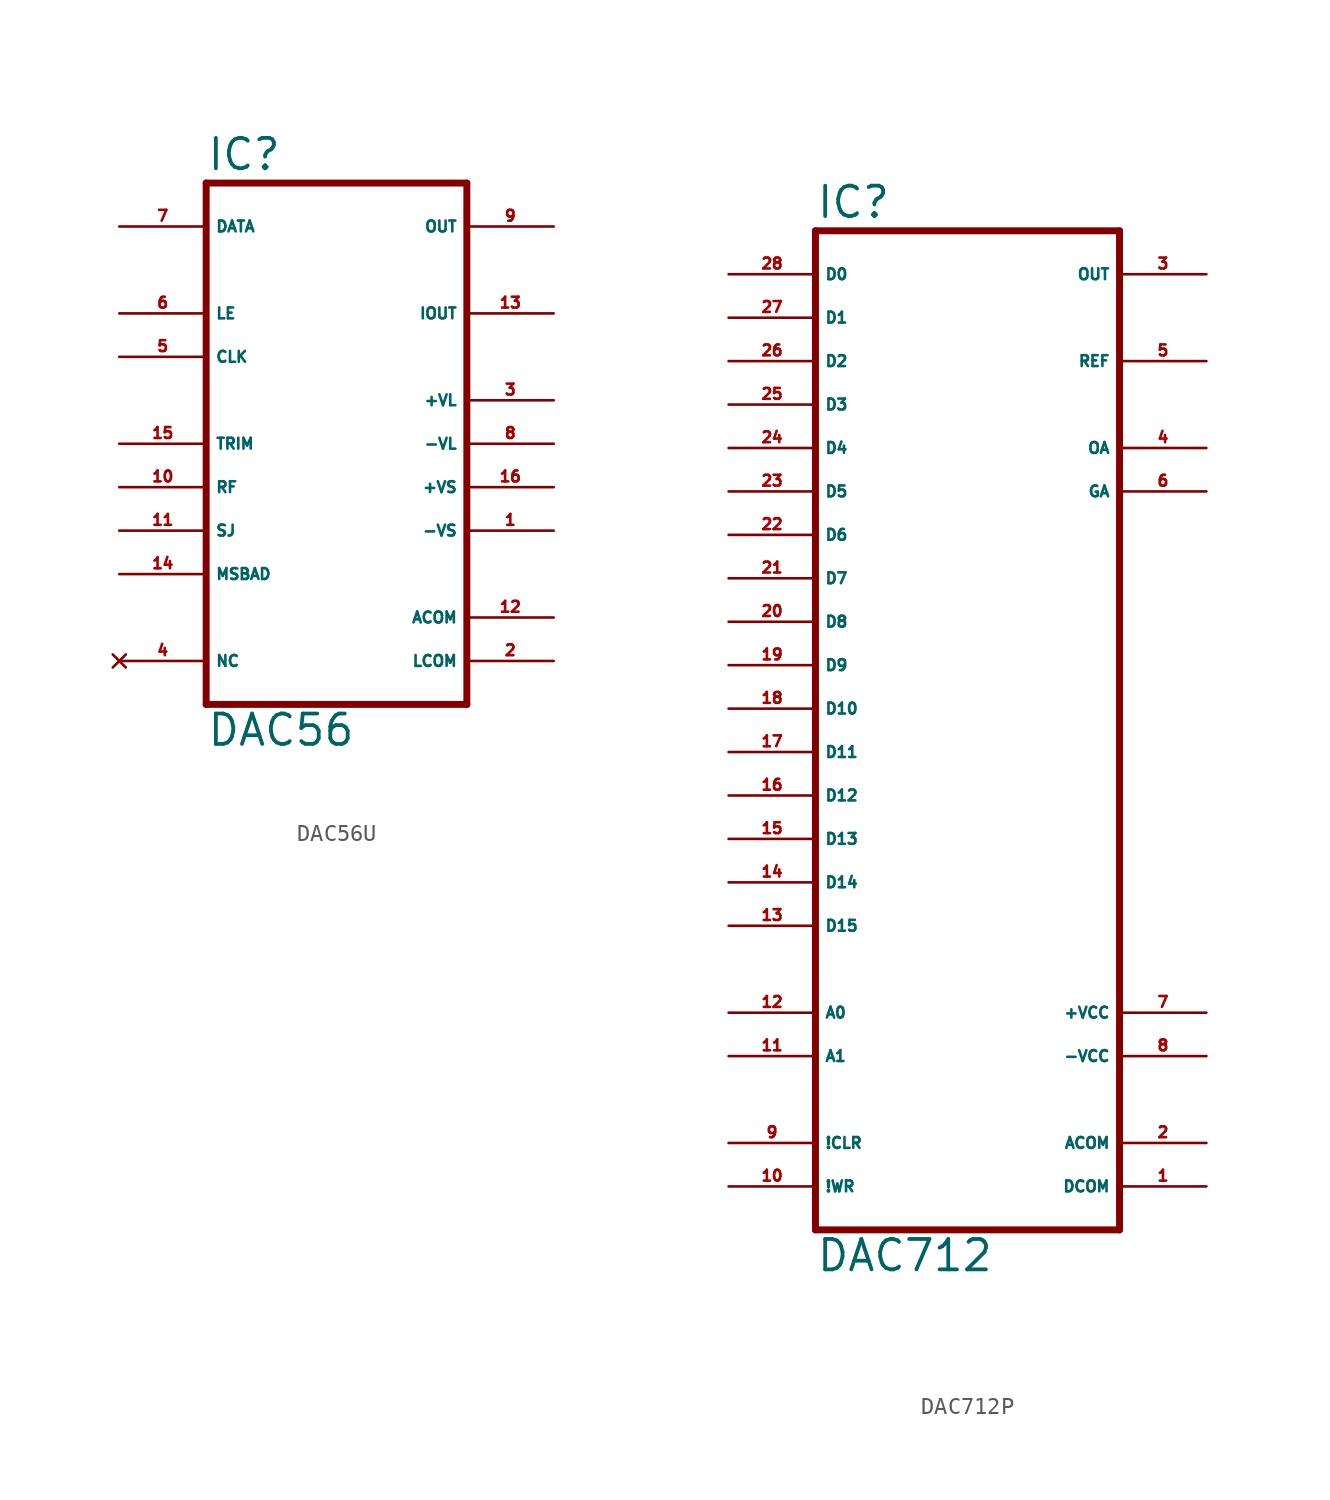
<source format=kicad_sym>
(kicad_symbol_lib
  (version 20220914)
  (generator Eagle2Kicad)
  (symbol "DAC56U"
    (property "Reference" "IC"
      (at -7.62 15.875 0)
      (effects (font (size 1.778 1.778) (thickness 0.22)) (justify left bottom)))
    (property "Value" "DAC56"
      (at -7.62 -17.78 0)
      (effects (font (size 1.778 1.778) (thickness 0.22)) (justify left bottom)))
    (polyline
      (pts (xy -7.62 -15.24) (xy 7.62 -15.24))
      (stroke (width 0.406) (type default))
      (fill (type none)))
    (polyline
      (pts (xy 7.62 -15.24) (xy 7.62 15.24))
      (stroke (width 0.406) (type default))
      (fill (type none)))
    (polyline
      (pts (xy 7.62 15.24) (xy -7.62 15.24))
      (stroke (width 0.406) (type default))
      (fill (type none)))
    (polyline
      (pts (xy -7.62 15.24) (xy -7.62 -15.24))
      (stroke (width 0.406) (type default))
      (fill (type none)))
    (pin input line
      (at -12.7 12.7 0)
      (length 5.08)
      (name "DATA" (effects (font (size 0.635 0.635) (thickness 0.08)) (justify left bottom)))
      (number "7" (effects (font (size 0.635 0.635) (thickness 0.08)) (justify left bottom))))
    (pin input line
      (at -12.7 7.62 0)
      (length 5.08)
      (name "LE" (effects (font (size 0.635 0.635) (thickness 0.08)) (justify left bottom)))
      (number "6" (effects (font (size 0.635 0.635) (thickness 0.08)) (justify left bottom))))
    (pin input line
      (at -12.7 5.08 0)
      (length 5.08)
      (name "CLK" (effects (font (size 0.635 0.635) (thickness 0.08)) (justify left bottom)))
      (number "5" (effects (font (size 0.635 0.635) (thickness 0.08)) (justify left bottom))))
    (pin output line
      (at 12.7 12.7 180)
      (length 5.08)
      (name "OUT" (effects (font (size 0.635 0.635) (thickness 0.08)) (justify left bottom)))
      (number "9" (effects (font (size 0.635 0.635) (thickness 0.08)) (justify left bottom))))
    (pin output line
      (at 12.7 7.62 180)
      (length 5.08)
      (name "IOUT" (effects (font (size 0.635 0.635) (thickness 0.08)) (justify left bottom)))
      (number "13" (effects (font (size 0.635 0.635) (thickness 0.08)) (justify left bottom))))
    (pin unspecified line
      (at 12.7 -12.7 180)
      (length 5.08)
      (name "LCOM" (effects (font (size 0.635 0.635) (thickness 0.08)) (justify left bottom)))
      (number "2" (effects (font (size 0.635 0.635) (thickness 0.08)) (justify left bottom))))
    (pin unspecified line
      (at 12.7 -10.16 180)
      (length 5.08)
      (name "ACOM" (effects (font (size 0.635 0.635) (thickness 0.08)) (justify left bottom)))
      (number "12" (effects (font (size 0.635 0.635) (thickness 0.08)) (justify left bottom))))
    (pin unspecified line
      (at 12.7 -5.08 180)
      (length 5.08)
      (name "-VS" (effects (font (size 0.635 0.635) (thickness 0.08)) (justify left bottom)))
      (number "1" (effects (font (size 0.635 0.635) (thickness 0.08)) (justify left bottom))))
    (pin unspecified line
      (at 12.7 -2.54 180)
      (length 5.08)
      (name "+VS" (effects (font (size 0.635 0.635) (thickness 0.08)) (justify left bottom)))
      (number "16" (effects (font (size 0.635 0.635) (thickness 0.08)) (justify left bottom))))
    (pin unspecified line
      (at 12.7 0 180)
      (length 5.08)
      (name "-VL" (effects (font (size 0.635 0.635) (thickness 0.08)) (justify left bottom)))
      (number "8" (effects (font (size 0.635 0.635) (thickness 0.08)) (justify left bottom))))
    (pin unspecified line
      (at 12.7 2.54 180)
      (length 5.08)
      (name "+VL" (effects (font (size 0.635 0.635) (thickness 0.08)) (justify left bottom)))
      (number "3" (effects (font (size 0.635 0.635) (thickness 0.08)) (justify left bottom))))
    (pin no_connect line
      (at -12.7 -12.7 0)
      (length 5.08)
      (name "NC" (effects (font (size 0.635 0.635) (thickness 0.08)) (justify left bottom) hide))
      (number "4" (effects (font (size 0.635 0.635) (thickness 0.08)) (justify left bottom) hide)))
    (pin passive line
      (at -12.7 0 0)
      (length 5.08)
      (name "TRIM" (effects (font (size 0.635 0.635) (thickness 0.08)) (justify left bottom)))
      (number "15" (effects (font (size 0.635 0.635) (thickness 0.08)) (justify left bottom))))
    (pin passive line
      (at -12.7 -2.54 0)
      (length 5.08)
      (name "RF" (effects (font (size 0.635 0.635) (thickness 0.08)) (justify left bottom)))
      (number "10" (effects (font (size 0.635 0.635) (thickness 0.08)) (justify left bottom))))
    (pin passive line
      (at -12.7 -5.08 0)
      (length 5.08)
      (name "SJ" (effects (font (size 0.635 0.635) (thickness 0.08)) (justify left bottom)))
      (number "11" (effects (font (size 0.635 0.635) (thickness 0.08)) (justify left bottom))))
    (pin passive line
      (at -12.7 -7.62 0)
      (length 5.08)
      (name "MSBAD" (effects (font (size 0.635 0.635) (thickness 0.08)) (justify left bottom)))
      (number "14" (effects (font (size 0.635 0.635) (thickness 0.08)) (justify left bottom)))))
  (symbol "DAC712P"
    (property "Reference" "IC"
      (at -7.62 26.035 0)
      (effects (font (size 1.778 1.778) (thickness 0.22)) (justify left bottom)))
    (property "Value" "DAC712"
      (at -7.62 -35.56 0)
      (effects (font (size 1.778 1.778) (thickness 0.22)) (justify left bottom)))
    (polyline
      (pts (xy -7.62 -33.02) (xy 10.16 -33.02))
      (stroke (width 0.406) (type default))
      (fill (type none)))
    (polyline
      (pts (xy 10.16 -33.02) (xy 10.16 25.4))
      (stroke (width 0.406) (type default))
      (fill (type none)))
    (polyline
      (pts (xy 10.16 25.4) (xy -7.62 25.4))
      (stroke (width 0.406) (type default))
      (fill (type none)))
    (polyline
      (pts (xy -7.62 25.4) (xy -7.62 -33.02))
      (stroke (width 0.406) (type default))
      (fill (type none)))
    (pin input line
      (at -12.7 22.86 0)
      (length 5.08)
      (name "D0" (effects (font (size 0.635 0.635) (thickness 0.08)) (justify left bottom)))
      (number "28" (effects (font (size 0.635 0.635) (thickness 0.08)) (justify left bottom))))
    (pin input line
      (at -12.7 20.32 0)
      (length 5.08)
      (name "D1" (effects (font (size 0.635 0.635) (thickness 0.08)) (justify left bottom)))
      (number "27" (effects (font (size 0.635 0.635) (thickness 0.08)) (justify left bottom))))
    (pin input line
      (at -12.7 17.78 0)
      (length 5.08)
      (name "D2" (effects (font (size 0.635 0.635) (thickness 0.08)) (justify left bottom)))
      (number "26" (effects (font (size 0.635 0.635) (thickness 0.08)) (justify left bottom))))
    (pin input line
      (at -12.7 15.24 0)
      (length 5.08)
      (name "D3" (effects (font (size 0.635 0.635) (thickness 0.08)) (justify left bottom)))
      (number "25" (effects (font (size 0.635 0.635) (thickness 0.08)) (justify left bottom))))
    (pin input line
      (at -12.7 12.7 0)
      (length 5.08)
      (name "D4" (effects (font (size 0.635 0.635) (thickness 0.08)) (justify left bottom)))
      (number "24" (effects (font (size 0.635 0.635) (thickness 0.08)) (justify left bottom))))
    (pin input line
      (at -12.7 10.16 0)
      (length 5.08)
      (name "D5" (effects (font (size 0.635 0.635) (thickness 0.08)) (justify left bottom)))
      (number "23" (effects (font (size 0.635 0.635) (thickness 0.08)) (justify left bottom))))
    (pin input line
      (at -12.7 7.62 0)
      (length 5.08)
      (name "D6" (effects (font (size 0.635 0.635) (thickness 0.08)) (justify left bottom)))
      (number "22" (effects (font (size 0.635 0.635) (thickness 0.08)) (justify left bottom))))
    (pin input line
      (at -12.7 5.08 0)
      (length 5.08)
      (name "D7" (effects (font (size 0.635 0.635) (thickness 0.08)) (justify left bottom)))
      (number "21" (effects (font (size 0.635 0.635) (thickness 0.08)) (justify left bottom))))
    (pin input line
      (at -12.7 2.54 0)
      (length 5.08)
      (name "D8" (effects (font (size 0.635 0.635) (thickness 0.08)) (justify left bottom)))
      (number "20" (effects (font (size 0.635 0.635) (thickness 0.08)) (justify left bottom))))
    (pin input line
      (at -12.7 0 0)
      (length 5.08)
      (name "D9" (effects (font (size 0.635 0.635) (thickness 0.08)) (justify left bottom)))
      (number "19" (effects (font (size 0.635 0.635) (thickness 0.08)) (justify left bottom))))
    (pin input line
      (at -12.7 -2.54 0)
      (length 5.08)
      (name "D10" (effects (font (size 0.635 0.635) (thickness 0.08)) (justify left bottom)))
      (number "18" (effects (font (size 0.635 0.635) (thickness 0.08)) (justify left bottom))))
    (pin input line
      (at -12.7 -5.08 0)
      (length 5.08)
      (name "D11" (effects (font (size 0.635 0.635) (thickness 0.08)) (justify left bottom)))
      (number "17" (effects (font (size 0.635 0.635) (thickness 0.08)) (justify left bottom))))
    (pin input line
      (at -12.7 -7.62 0)
      (length 5.08)
      (name "D12" (effects (font (size 0.635 0.635) (thickness 0.08)) (justify left bottom)))
      (number "16" (effects (font (size 0.635 0.635) (thickness 0.08)) (justify left bottom))))
    (pin input line
      (at -12.7 -10.16 0)
      (length 5.08)
      (name "D13" (effects (font (size 0.635 0.635) (thickness 0.08)) (justify left bottom)))
      (number "15" (effects (font (size 0.635 0.635) (thickness 0.08)) (justify left bottom))))
    (pin input line
      (at -12.7 -12.7 0)
      (length 5.08)
      (name "D14" (effects (font (size 0.635 0.635) (thickness 0.08)) (justify left bottom)))
      (number "14" (effects (font (size 0.635 0.635) (thickness 0.08)) (justify left bottom))))
    (pin input line
      (at -12.7 -20.32 0)
      (length 5.08)
      (name "A0" (effects (font (size 0.635 0.635) (thickness 0.08)) (justify left bottom)))
      (number "12" (effects (font (size 0.635 0.635) (thickness 0.08)) (justify left bottom))))
    (pin input line
      (at -12.7 -22.86 0)
      (length 5.08)
      (name "A1" (effects (font (size 0.635 0.635) (thickness 0.08)) (justify left bottom)))
      (number "11" (effects (font (size 0.635 0.635) (thickness 0.08)) (justify left bottom))))
    (pin input line
      (at -12.7 -27.94 0)
      (length 5.08)
      (name "!CLR" (effects (font (size 0.635 0.635) (thickness 0.08)) (justify left bottom)))
      (number "9" (effects (font (size 0.635 0.635) (thickness 0.08)) (justify left bottom))))
    (pin input line
      (at -12.7 -30.48 0)
      (length 5.08)
      (name "!WR" (effects (font (size 0.635 0.635) (thickness 0.08)) (justify left bottom)))
      (number "10" (effects (font (size 0.635 0.635) (thickness 0.08)) (justify left bottom))))
    (pin output line
      (at 15.24 22.86 180)
      (length 5.08)
      (name "OUT" (effects (font (size 0.635 0.635) (thickness 0.08)) (justify left bottom)))
      (number "3" (effects (font (size 0.635 0.635) (thickness 0.08)) (justify left bottom))))
    (pin output line
      (at 15.24 17.78 180)
      (length 5.08)
      (name "REF" (effects (font (size 0.635 0.635) (thickness 0.08)) (justify left bottom)))
      (number "5" (effects (font (size 0.635 0.635) (thickness 0.08)) (justify left bottom))))
    (pin unspecified line
      (at 15.24 -30.48 180)
      (length 5.08)
      (name "DCOM" (effects (font (size 0.635 0.635) (thickness 0.08)) (justify left bottom)))
      (number "1" (effects (font (size 0.635 0.635) (thickness 0.08)) (justify left bottom))))
    (pin unspecified line
      (at 15.24 -27.94 180)
      (length 5.08)
      (name "ACOM" (effects (font (size 0.635 0.635) (thickness 0.08)) (justify left bottom)))
      (number "2" (effects (font (size 0.635 0.635) (thickness 0.08)) (justify left bottom))))
    (pin unspecified line
      (at 15.24 -22.86 180)
      (length 5.08)
      (name "-VCC" (effects (font (size 0.635 0.635) (thickness 0.08)) (justify left bottom)))
      (number "8" (effects (font (size 0.635 0.635) (thickness 0.08)) (justify left bottom))))
    (pin unspecified line
      (at 15.24 -20.32 180)
      (length 5.08)
      (name "+VCC" (effects (font (size 0.635 0.635) (thickness 0.08)) (justify left bottom)))
      (number "7" (effects (font (size 0.635 0.635) (thickness 0.08)) (justify left bottom))))
    (pin passive line
      (at 15.24 12.7 180)
      (length 5.08)
      (name "OA" (effects (font (size 0.635 0.635) (thickness 0.08)) (justify left bottom)))
      (number "4" (effects (font (size 0.635 0.635) (thickness 0.08)) (justify left bottom))))
    (pin passive line
      (at 15.24 10.16 180)
      (length 5.08)
      (name "GA" (effects (font (size 0.635 0.635) (thickness 0.08)) (justify left bottom)))
      (number "6" (effects (font (size 0.635 0.635) (thickness 0.08)) (justify left bottom))))
    (pin input line
      (at -12.7 -15.24 0)
      (length 5.08)
      (name "D15" (effects (font (size 0.635 0.635) (thickness 0.08)) (justify left bottom)))
      (number "13" (effects (font (size 0.635 0.635) (thickness 0.08)) (justify left bottom))))))
</source>
